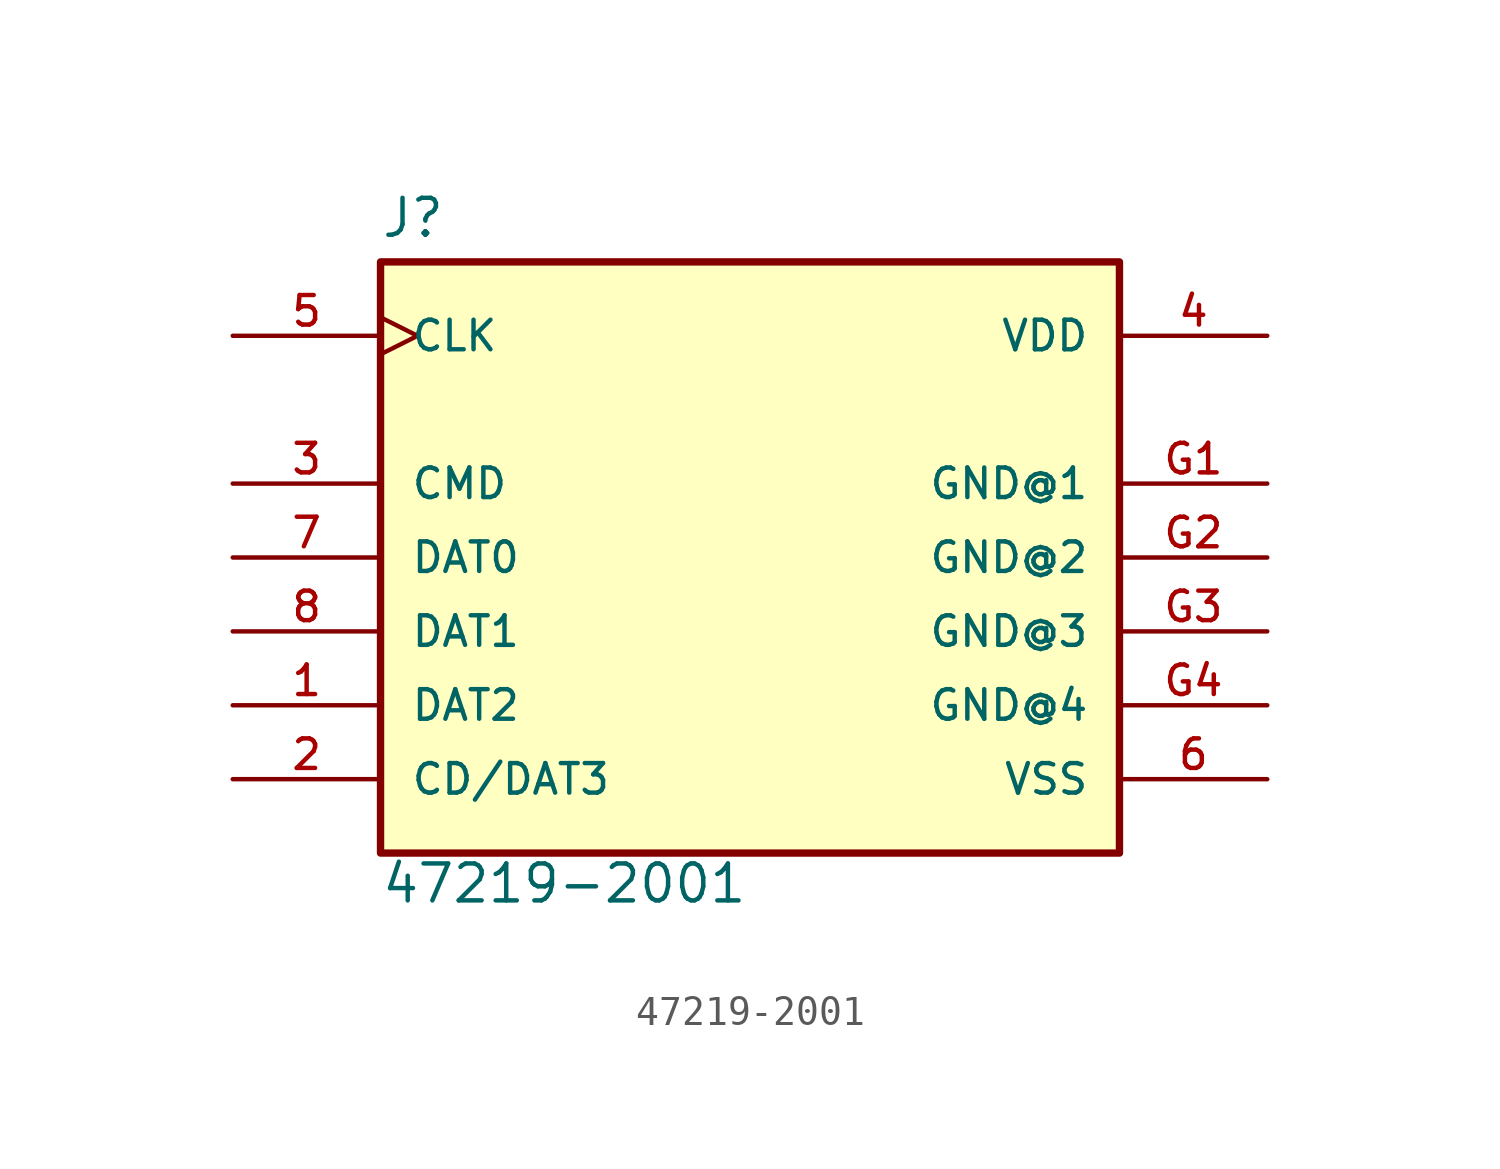
<source format=kicad_sym>
(kicad_symbol_lib
  (version 20211014)
  (generator kicad_symbol_editor)
  (symbol "47219-2001"
    (pin_names
      (offset 1.016))
    (property "Reference" "J"
      (at -12.71 10.931 0)
      (effects (font (size 1.27 1.27)) (justify bottom left)))
    (property "Value" "47219-2001"
      (at -12.713 -11.95 0)
      (effects (font (size 1.27 1.27)) (justify bottom left)))
    (symbol "47219-2001_0_0"
      (rectangle (start -12.7 -10.16) (end 12.7 10.16) (stroke (width 0.254)) (fill (type background)))
      (pin bidirectional line (at -17.78 -5.08 0) (length 5.08) (name "DAT2" (effects (font (size 1.016 1.016)))) (number "1" (effects (font (size 1.016 1.016)))))
      (pin bidirectional line (at -17.78 -7.62 0) (length 5.08) (name "CD/DAT3" (effects (font (size 1.016 1.016)))) (number "2" (effects (font (size 1.016 1.016)))))
      (pin bidirectional line (at -17.78 2.54 0) (length 5.08) (name "CMD" (effects (font (size 1.016 1.016)))) (number "3" (effects (font (size 1.016 1.016)))))
      (pin power_in line (at 17.78 7.62 180.0) (length 5.08) (name "VDD" (effects (font (size 1.016 1.016)))) (number "4" (effects (font (size 1.016 1.016)))))
      (pin input clock (at -17.78 7.62 0) (length 5.08) (name "CLK" (effects (font (size 1.016 1.016)))) (number "5" (effects (font (size 1.016 1.016)))))
      (pin power_in line (at 17.78 -7.62 180.0) (length 5.08) (name "VSS" (effects (font (size 1.016 1.016)))) (number "6" (effects (font (size 1.016 1.016)))))
      (pin bidirectional line (at -17.78 0.0 0) (length 5.08) (name "DAT0" (effects (font (size 1.016 1.016)))) (number "7" (effects (font (size 1.016 1.016)))))
      (pin bidirectional line (at -17.78 -2.54 0) (length 5.08) (name "DAT1" (effects (font (size 1.016 1.016)))) (number "8" (effects (font (size 1.016 1.016)))))
      (pin power_in line (at 17.78 2.54 180.0) (length 5.08) (name "GND@1" (effects (font (size 1.016 1.016)))) (number "G1" (effects (font (size 1.016 1.016)))))
      (pin power_in line (at 17.78 0.0 180.0) (length 5.08) (name "GND@2" (effects (font (size 1.016 1.016)))) (number "G2" (effects (font (size 1.016 1.016)))))
      (pin power_in line (at 17.78 -2.54 180.0) (length 5.08) (name "GND@3" (effects (font (size 1.016 1.016)))) (number "G3" (effects (font (size 1.016 1.016)))))
      (pin power_in line (at 17.78 -5.08 180.0) (length 5.08) (name "GND@4" (effects (font (size 1.016 1.016)))) (number "G4" (effects (font (size 1.016 1.016))))))))
</source>
